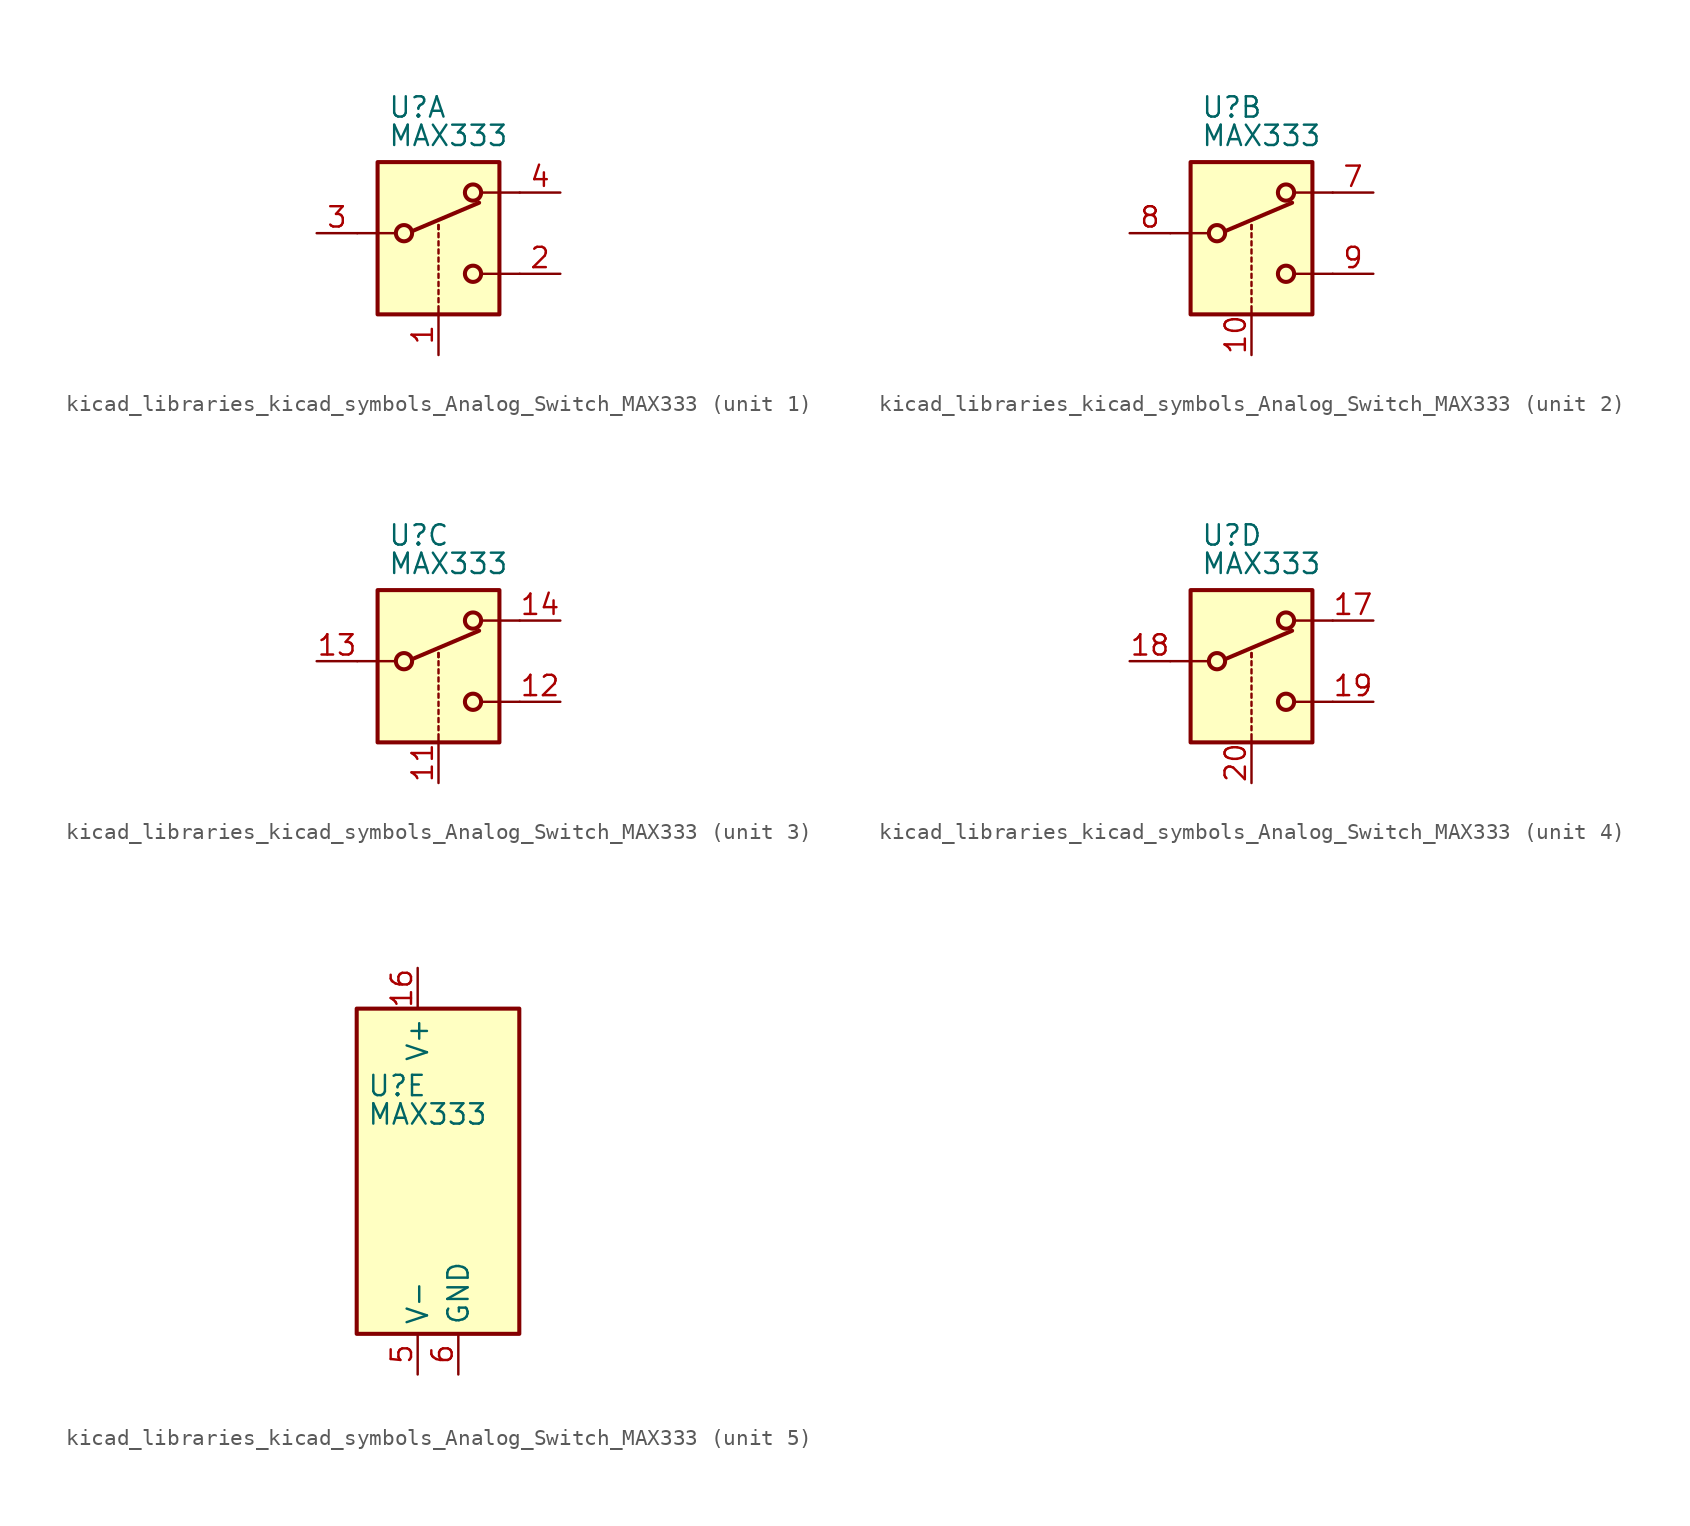
<source format=kicad_sym>
(kicad_symbol_lib
  (version 20220914)
  (generator kicad_symbol_editor)
  (symbol "kicad_libraries_kicad_symbols_Analog_Switch_MAX333"
    (property "Reference" "U"
      (at -3.175 5.334 0)
      (effects (font (size 1.27 1.27)) (justify left)))
    (property "Value" "MAX333"
      (at -3.175 3.556 0)
      (effects (font (size 1.27 1.27)) (justify left)))
    (symbol "kicad_libraries_kicad_symbols_Analog_Switch_MAX333_1_1"
      (rectangle (start -3.81 1.905) (end 3.81 -7.62) (stroke (width 0.254) (type default)) (fill (type background)))
      (circle (center -2.159 -2.54) (radius 0.508) (stroke (width 0.254) (type default)) (fill (type none)))
      (polyline (pts (xy -5.08 -2.54) (xy -2.794 -2.54)) (stroke (width 0) (type default)) (fill (type none)))
      (polyline (pts (xy -1.651 -2.413) (xy 2.54 -0.635)) (stroke (width 0.254) (type default)) (fill (type none)))
      (polyline (pts (xy 0 -7.62) (xy 0 -7.112)) (stroke (width 0) (type default)) (fill (type none)))
      (polyline (pts (xy 0 -6.858) (xy 0 -6.604)) (stroke (width 0) (type default)) (fill (type none)))
      (polyline (pts (xy 0 -6.35) (xy 0 -6.096)) (stroke (width 0) (type default)) (fill (type none)))
      (polyline (pts (xy 0 -5.842) (xy 0 -5.588)) (stroke (width 0) (type default)) (fill (type none)))
      (polyline (pts (xy 0 -5.334) (xy 0 -5.08)) (stroke (width 0) (type default)) (fill (type none)))
      (polyline (pts (xy 0 -4.826) (xy 0 -4.572)) (stroke (width 0) (type default)) (fill (type none)))
      (polyline (pts (xy 0 -4.318) (xy 0 -4.064)) (stroke (width 0) (type default)) (fill (type none)))
      (polyline (pts (xy 0 -3.81) (xy 0 -3.556)) (stroke (width 0) (type default)) (fill (type none)))
      (polyline (pts (xy 0 -3.302) (xy 0 -3.048)) (stroke (width 0) (type default)) (fill (type none)))
      (polyline (pts (xy 0 -2.794) (xy 0 -2.54)) (stroke (width 0) (type default)) (fill (type none)))
      (polyline (pts (xy 0 -2.286) (xy 0 -2.032)) (stroke (width 0) (type default)) (fill (type none)))
      (polyline (pts (xy 0 -2.286) (xy 0 -2.032)) (stroke (width 0) (type default)) (fill (type none)))
      (polyline (pts (xy 5.08 -5.08) (xy 2.794 -5.08)) (stroke (width 0) (type default)) (fill (type none)))
      (polyline (pts (xy 5.08 0) (xy 2.794 0)) (stroke (width 0) (type default)) (fill (type none)))
      (circle (center 2.159 -5.08) (radius 0.508) (stroke (width 0.254) (type default)) (fill (type none)))
      (circle (center 2.159 0) (radius 0.508) (stroke (width 0.254) (type default)) (fill (type none)))
      (pin input line (at 0 -10.16 90) (length 2.54) (name "~" (effects (font (size 1.27 1.27)))) (number "1" (effects (font (size 1.27 1.27)))))
      (pin passive line (at 7.62 -5.08 180) (length 2.54) (name "~" (effects (font (size 1.27 1.27)))) (number "2" (effects (font (size 1.27 1.27)))))
      (pin passive line (at -7.62 -2.54 0) (length 2.54) (name "~" (effects (font (size 1.27 1.27)))) (number "3" (effects (font (size 1.27 1.27)))))
      (pin passive line (at 7.62 0 180) (length 2.54) (name "~" (effects (font (size 1.27 1.27)))) (number "4" (effects (font (size 1.27 1.27))))))
    (symbol "kicad_libraries_kicad_symbols_Analog_Switch_MAX333_2_1"
      (rectangle (start -3.81 1.905) (end 3.81 -7.62) (stroke (width 0.254) (type default)) (fill (type background)))
      (circle (center -2.159 -2.54) (radius 0.508) (stroke (width 0.254) (type default)) (fill (type none)))
      (polyline (pts (xy -5.08 -2.54) (xy -2.794 -2.54)) (stroke (width 0) (type default)) (fill (type none)))
      (polyline (pts (xy -1.651 -2.413) (xy 2.54 -0.635)) (stroke (width 0.254) (type default)) (fill (type none)))
      (polyline (pts (xy 0 -7.62) (xy 0 -7.112)) (stroke (width 0) (type default)) (fill (type none)))
      (polyline (pts (xy 0 -6.858) (xy 0 -6.604)) (stroke (width 0) (type default)) (fill (type none)))
      (polyline (pts (xy 0 -6.35) (xy 0 -6.096)) (stroke (width 0) (type default)) (fill (type none)))
      (polyline (pts (xy 0 -5.842) (xy 0 -5.588)) (stroke (width 0) (type default)) (fill (type none)))
      (polyline (pts (xy 0 -5.334) (xy 0 -5.08)) (stroke (width 0) (type default)) (fill (type none)))
      (polyline (pts (xy 0 -4.826) (xy 0 -4.572)) (stroke (width 0) (type default)) (fill (type none)))
      (polyline (pts (xy 0 -4.318) (xy 0 -4.064)) (stroke (width 0) (type default)) (fill (type none)))
      (polyline (pts (xy 0 -3.81) (xy 0 -3.556)) (stroke (width 0) (type default)) (fill (type none)))
      (polyline (pts (xy 0 -3.302) (xy 0 -3.048)) (stroke (width 0) (type default)) (fill (type none)))
      (polyline (pts (xy 0 -2.794) (xy 0 -2.54)) (stroke (width 0) (type default)) (fill (type none)))
      (polyline (pts (xy 0 -2.286) (xy 0 -2.032)) (stroke (width 0) (type default)) (fill (type none)))
      (polyline (pts (xy 0 -2.286) (xy 0 -2.032)) (stroke (width 0) (type default)) (fill (type none)))
      (polyline (pts (xy 5.08 -5.08) (xy 2.794 -5.08)) (stroke (width 0) (type default)) (fill (type none)))
      (polyline (pts (xy 5.08 0) (xy 2.794 0)) (stroke (width 0) (type default)) (fill (type none)))
      (circle (center 2.159 -5.08) (radius 0.508) (stroke (width 0.254) (type default)) (fill (type none)))
      (circle (center 2.159 0) (radius 0.508) (stroke (width 0.254) (type default)) (fill (type none)))
      (pin input line (at 0 -10.16 90) (length 2.54) (name "~" (effects (font (size 1.27 1.27)))) (number "10" (effects (font (size 1.27 1.27)))))
      (pin passive line (at 7.62 0 180) (length 2.54) (name "~" (effects (font (size 1.27 1.27)))) (number "7" (effects (font (size 1.27 1.27)))))
      (pin passive line (at -7.62 -2.54 0) (length 2.54) (name "~" (effects (font (size 1.27 1.27)))) (number "8" (effects (font (size 1.27 1.27)))))
      (pin passive line (at 7.62 -5.08 180) (length 2.54) (name "~" (effects (font (size 1.27 1.27)))) (number "9" (effects (font (size 1.27 1.27))))))
    (symbol "kicad_libraries_kicad_symbols_Analog_Switch_MAX333_3_1"
      (rectangle (start -3.81 1.905) (end 3.81 -7.62) (stroke (width 0.254) (type default)) (fill (type background)))
      (circle (center -2.159 -2.54) (radius 0.508) (stroke (width 0.254) (type default)) (fill (type none)))
      (polyline (pts (xy -5.08 -2.54) (xy -2.794 -2.54)) (stroke (width 0) (type default)) (fill (type none)))
      (polyline (pts (xy -1.651 -2.413) (xy 2.54 -0.635)) (stroke (width 0.254) (type default)) (fill (type none)))
      (polyline (pts (xy 0 -7.62) (xy 0 -7.112)) (stroke (width 0) (type default)) (fill (type none)))
      (polyline (pts (xy 0 -6.858) (xy 0 -6.604)) (stroke (width 0) (type default)) (fill (type none)))
      (polyline (pts (xy 0 -6.35) (xy 0 -6.096)) (stroke (width 0) (type default)) (fill (type none)))
      (polyline (pts (xy 0 -5.842) (xy 0 -5.588)) (stroke (width 0) (type default)) (fill (type none)))
      (polyline (pts (xy 0 -5.334) (xy 0 -5.08)) (stroke (width 0) (type default)) (fill (type none)))
      (polyline (pts (xy 0 -4.826) (xy 0 -4.572)) (stroke (width 0) (type default)) (fill (type none)))
      (polyline (pts (xy 0 -4.318) (xy 0 -4.064)) (stroke (width 0) (type default)) (fill (type none)))
      (polyline (pts (xy 0 -3.81) (xy 0 -3.556)) (stroke (width 0) (type default)) (fill (type none)))
      (polyline (pts (xy 0 -3.302) (xy 0 -3.048)) (stroke (width 0) (type default)) (fill (type none)))
      (polyline (pts (xy 0 -2.794) (xy 0 -2.54)) (stroke (width 0) (type default)) (fill (type none)))
      (polyline (pts (xy 0 -2.286) (xy 0 -2.032)) (stroke (width 0) (type default)) (fill (type none)))
      (polyline (pts (xy 0 -2.286) (xy 0 -2.032)) (stroke (width 0) (type default)) (fill (type none)))
      (polyline (pts (xy 5.08 -5.08) (xy 2.794 -5.08)) (stroke (width 0) (type default)) (fill (type none)))
      (polyline (pts (xy 5.08 0) (xy 2.794 0)) (stroke (width 0) (type default)) (fill (type none)))
      (circle (center 2.159 -5.08) (radius 0.508) (stroke (width 0.254) (type default)) (fill (type none)))
      (circle (center 2.159 0) (radius 0.508) (stroke (width 0.254) (type default)) (fill (type none)))
      (pin input line (at 0 -10.16 90) (length 2.54) (name "~" (effects (font (size 1.27 1.27)))) (number "11" (effects (font (size 1.27 1.27)))))
      (pin passive line (at 7.62 -5.08 180) (length 2.54) (name "~" (effects (font (size 1.27 1.27)))) (number "12" (effects (font (size 1.27 1.27)))))
      (pin passive line (at -7.62 -2.54 0) (length 2.54) (name "~" (effects (font (size 1.27 1.27)))) (number "13" (effects (font (size 1.27 1.27)))))
      (pin passive line (at 7.62 0 180) (length 2.54) (name "~" (effects (font (size 1.27 1.27)))) (number "14" (effects (font (size 1.27 1.27))))))
    (symbol "kicad_libraries_kicad_symbols_Analog_Switch_MAX333_4_1"
      (rectangle (start -3.81 1.905) (end 3.81 -7.62) (stroke (width 0.254) (type default)) (fill (type background)))
      (circle (center -2.159 -2.54) (radius 0.508) (stroke (width 0.254) (type default)) (fill (type none)))
      (polyline (pts (xy -5.08 -2.54) (xy -2.794 -2.54)) (stroke (width 0) (type default)) (fill (type none)))
      (polyline (pts (xy -1.651 -2.413) (xy 2.54 -0.635)) (stroke (width 0.254) (type default)) (fill (type none)))
      (polyline (pts (xy 0 -7.62) (xy 0 -7.112)) (stroke (width 0) (type default)) (fill (type none)))
      (polyline (pts (xy 0 -6.858) (xy 0 -6.604)) (stroke (width 0) (type default)) (fill (type none)))
      (polyline (pts (xy 0 -6.35) (xy 0 -6.096)) (stroke (width 0) (type default)) (fill (type none)))
      (polyline (pts (xy 0 -5.842) (xy 0 -5.588)) (stroke (width 0) (type default)) (fill (type none)))
      (polyline (pts (xy 0 -5.334) (xy 0 -5.08)) (stroke (width 0) (type default)) (fill (type none)))
      (polyline (pts (xy 0 -4.826) (xy 0 -4.572)) (stroke (width 0) (type default)) (fill (type none)))
      (polyline (pts (xy 0 -4.318) (xy 0 -4.064)) (stroke (width 0) (type default)) (fill (type none)))
      (polyline (pts (xy 0 -3.81) (xy 0 -3.556)) (stroke (width 0) (type default)) (fill (type none)))
      (polyline (pts (xy 0 -3.302) (xy 0 -3.048)) (stroke (width 0) (type default)) (fill (type none)))
      (polyline (pts (xy 0 -2.794) (xy 0 -2.54)) (stroke (width 0) (type default)) (fill (type none)))
      (polyline (pts (xy 0 -2.286) (xy 0 -2.032)) (stroke (width 0) (type default)) (fill (type none)))
      (polyline (pts (xy 0 -2.286) (xy 0 -2.032)) (stroke (width 0) (type default)) (fill (type none)))
      (polyline (pts (xy 5.08 -5.08) (xy 2.794 -5.08)) (stroke (width 0) (type default)) (fill (type none)))
      (polyline (pts (xy 5.08 0) (xy 2.794 0)) (stroke (width 0) (type default)) (fill (type none)))
      (circle (center 2.159 -5.08) (radius 0.508) (stroke (width 0.254) (type default)) (fill (type none)))
      (circle (center 2.159 0) (radius 0.508) (stroke (width 0.254) (type default)) (fill (type none)))
      (pin passive line (at 7.62 0 180) (length 2.54) (name "~" (effects (font (size 1.27 1.27)))) (number "17" (effects (font (size 1.27 1.27)))))
      (pin passive line (at -7.62 -2.54 0) (length 2.54) (name "~" (effects (font (size 1.27 1.27)))) (number "18" (effects (font (size 1.27 1.27)))))
      (pin passive line (at 7.62 -5.08 180) (length 2.54) (name "~" (effects (font (size 1.27 1.27)))) (number "19" (effects (font (size 1.27 1.27)))))
      (pin input line (at 0 -10.16 90) (length 2.54) (name "~" (effects (font (size 1.27 1.27)))) (number "20" (effects (font (size 1.27 1.27))))))
    (symbol "kicad_libraries_kicad_symbols_Analog_Switch_MAX333_5_0"
      (pin no_connect line (at 2.54 10.16 270) (length 2.54) hide (name "NC" (effects (font (size 1.27 1.27)))) (number "15" (effects (font (size 1.27 1.27)))))
      (pin power_in line (at 0 12.7 270) (length 2.54) (name "V+" (effects (font (size 1.27 1.27)))) (number "16" (effects (font (size 1.27 1.27)))))
      (pin power_in line (at 0 -12.7 90) (length 2.54) (name "V-" (effects (font (size 1.27 1.27)))) (number "5" (effects (font (size 1.27 1.27)))))
      (pin power_in line (at 2.54 -12.7 90) (length 2.54) (name "GND" (effects (font (size 1.27 1.27)))) (number "6" (effects (font (size 1.27 1.27))))))
    (symbol "kicad_libraries_kicad_symbols_Analog_Switch_MAX333_5_1"
      (rectangle (start -3.81 10.16) (end 6.35 -10.16) (stroke (width 0.254) (type default)) (fill (type background))))))
</source>
